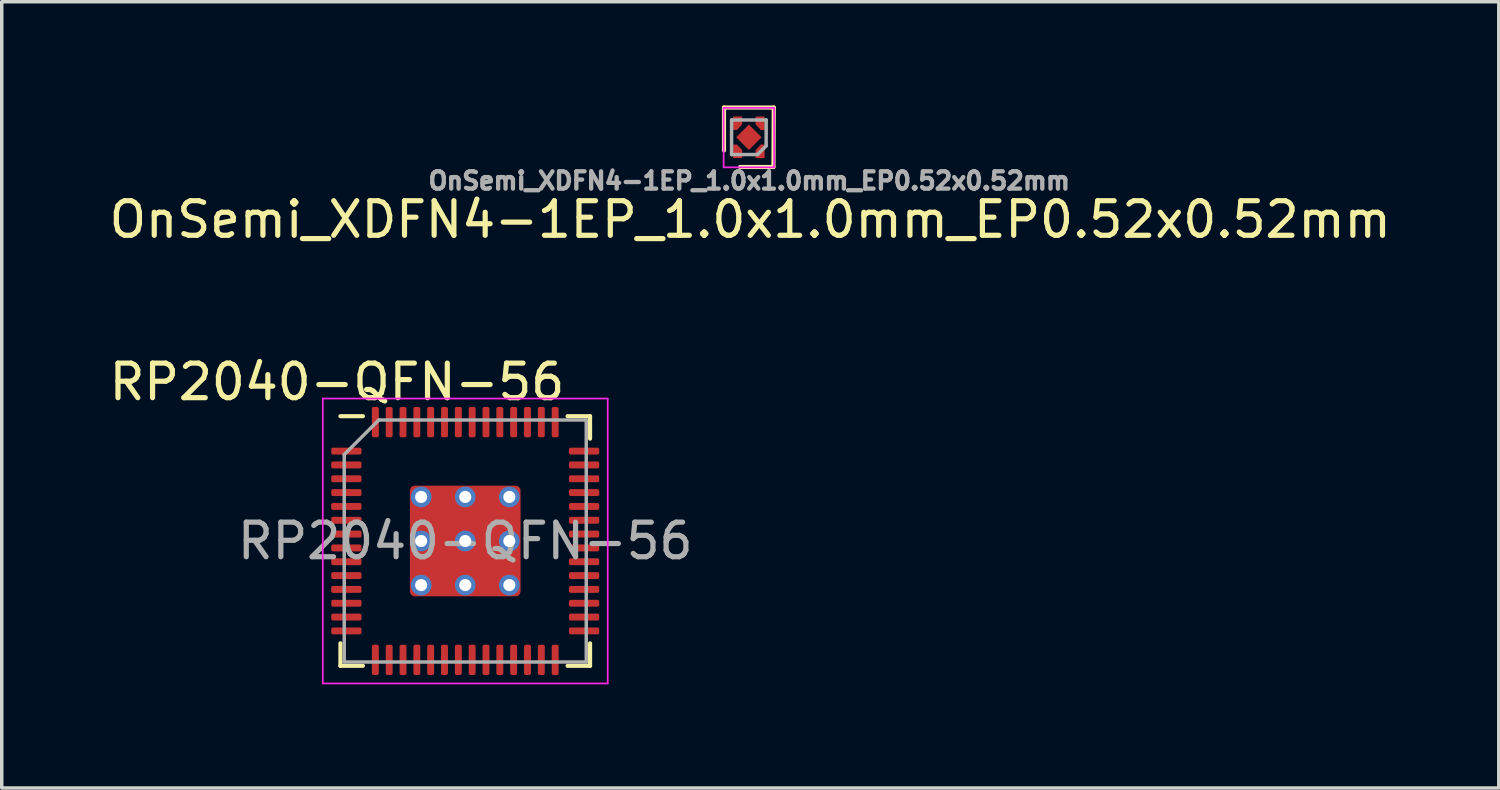
<source format=kicad_pcb>
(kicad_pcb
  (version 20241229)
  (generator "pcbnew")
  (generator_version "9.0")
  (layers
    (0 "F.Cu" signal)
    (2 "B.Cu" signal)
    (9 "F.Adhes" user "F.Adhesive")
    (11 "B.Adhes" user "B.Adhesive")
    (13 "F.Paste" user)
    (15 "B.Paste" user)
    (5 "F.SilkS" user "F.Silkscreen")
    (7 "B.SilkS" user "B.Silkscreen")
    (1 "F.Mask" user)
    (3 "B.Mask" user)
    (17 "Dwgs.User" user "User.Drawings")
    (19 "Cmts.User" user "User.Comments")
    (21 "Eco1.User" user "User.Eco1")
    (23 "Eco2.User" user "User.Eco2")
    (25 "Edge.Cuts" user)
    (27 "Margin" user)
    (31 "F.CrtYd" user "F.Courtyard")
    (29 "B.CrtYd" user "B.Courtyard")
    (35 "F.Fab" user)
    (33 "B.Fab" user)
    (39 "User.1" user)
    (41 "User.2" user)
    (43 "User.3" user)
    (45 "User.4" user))
  (footprint "RP2040-QFN-56"
    (layer "F.Cu")
    (at 10.406 12.597)
    (property "Reference" "RP2040-QFN-56" (at -3.71 -4.6 0) (layer "F.SilkS") (effects (font (size 1 1) (thickness 0.15))))
    (attr smd)
    (fp_line (start -3.61 3.61) (end -3.61 2.96) (stroke (width 0.12) (type solid)) (layer "F.SilkS"))
    (fp_line (start -2.96 -3.61) (end -3.61 -3.61) (stroke (width 0.12) (type solid)) (layer "F.SilkS"))
    (fp_line (start -2.96 3.61) (end -3.61 3.61) (stroke (width 0.12) (type solid)) (layer "F.SilkS"))
    (fp_line (start 2.96 -3.61) (end 3.61 -3.61) (stroke (width 0.12) (type solid)) (layer "F.SilkS"))
    (fp_line (start 2.96 3.61) (end 3.61 3.61) (stroke (width 0.12) (type solid)) (layer "F.SilkS"))
    (fp_line (start 3.61 -3.61) (end 3.61 -2.96) (stroke (width 0.12) (type solid)) (layer "F.SilkS"))
    (fp_line (start 3.61 3.61) (end 3.61 2.96) (stroke (width 0.12) (type solid)) (layer "F.SilkS"))
    (fp_line (start -4.12 -4.12) (end -4.12 4.12) (stroke (width 0.05) (type solid)) (layer "F.CrtYd"))
    (fp_line (start -4.12 4.12) (end 4.12 4.12) (stroke (width 0.05) (type solid)) (layer "F.CrtYd"))
    (fp_line (start 4.12 -4.12) (end -4.12 -4.12) (stroke (width 0.05) (type solid)) (layer "F.CrtYd"))
    (fp_line (start 4.12 4.12) (end 4.12 -4.12) (stroke (width 0.05) (type solid)) (layer "F.CrtYd"))
    (fp_line (start -3.5 -2.5) (end -2.5 -3.5) (stroke (width 0.1) (type solid)) (layer "F.Fab"))
    (fp_line (start -3.5 3.5) (end -3.5 -2.5) (stroke (width 0.1) (type solid)) (layer "F.Fab"))
    (fp_line (start -2.5 -3.5) (end 3.5 -3.5) (stroke (width 0.1) (type solid)) (layer "F.Fab"))
    (fp_line (start 3.5 -3.5) (end 3.5 3.5) (stroke (width 0.1) (type solid)) (layer "F.Fab"))
    (fp_line (start 3.5 3.5) (end -3.5 3.5) (stroke (width 0.1) (type solid)) (layer "F.Fab"))
    (fp_text user "${REFERENCE}" (at 0 0 0) (layer "F.Fab") (effects (font (size 1 1) (thickness 0.15))))
    (pad "" smd roundrect (at -0.637 -0.637) (size 1.084 1.084) (layers "F.Paste") (roundrect_rratio 0.231))
    (pad "" smd roundrect (at -0.637 0.637) (size 1.084 1.084) (layers "F.Paste") (roundrect_rratio 0.231))
    (pad "" smd roundrect (at 0.637 -0.637) (size 1.084 1.084) (layers "F.Paste") (roundrect_rratio 0.231))
    (pad "" smd roundrect (at 0.637 0.637) (size 1.084 1.084) (layers "F.Paste") (roundrect_rratio 0.231))
    (pad "1" smd roundrect (at -3.438 -2.6) (size 0.875 0.2) (layers "F.Cu" "F.Mask" "F.Paste") (roundrect_rratio 0.25))
    (pad "2" smd roundrect (at -3.438 -2.2) (size 0.875 0.2) (layers "F.Cu" "F.Mask" "F.Paste") (roundrect_rratio 0.25))
    (pad "3" smd roundrect (at -3.438 -1.8) (size 0.875 0.2) (layers "F.Cu" "F.Mask" "F.Paste") (roundrect_rratio 0.25))
    (pad "4" smd roundrect (at -3.438 -1.4) (size 0.875 0.2) (layers "F.Cu" "F.Mask" "F.Paste") (roundrect_rratio 0.25))
    (pad "5" smd roundrect (at -3.438 -1) (size 0.875 0.2) (layers "F.Cu" "F.Mask" "F.Paste") (roundrect_rratio 0.25))
    (pad "6" smd roundrect (at -3.438 -0.6) (size 0.875 0.2) (layers "F.Cu" "F.Mask" "F.Paste") (roundrect_rratio 0.25))
    (pad "7" smd roundrect (at -3.438 -0.2) (size 0.875 0.2) (layers "F.Cu" "F.Mask" "F.Paste") (roundrect_rratio 0.25))
    (pad "8" smd roundrect (at -3.438 0.2) (size 0.875 0.2) (layers "F.Cu" "F.Mask" "F.Paste") (roundrect_rratio 0.25))
    (pad "9" smd roundrect (at -3.438 0.6) (size 0.875 0.2) (layers "F.Cu" "F.Mask" "F.Paste") (roundrect_rratio 0.25))
    (pad "10" smd roundrect (at -3.438 1) (size 0.875 0.2) (layers "F.Cu" "F.Mask" "F.Paste") (roundrect_rratio 0.25))
    (pad "11" smd roundrect (at -3.438 1.4) (size 0.875 0.2) (layers "F.Cu" "F.Mask" "F.Paste") (roundrect_rratio 0.25))
    (pad "12" smd roundrect (at -3.438 1.8) (size 0.875 0.2) (layers "F.Cu" "F.Mask" "F.Paste") (roundrect_rratio 0.25))
    (pad "13" smd roundrect (at -3.438 2.2) (size 0.875 0.2) (layers "F.Cu" "F.Mask" "F.Paste") (roundrect_rratio 0.25))
    (pad "14" smd roundrect (at -3.438 2.6) (size 0.875 0.2) (layers "F.Cu" "F.Mask" "F.Paste") (roundrect_rratio 0.25))
    (pad "15" smd roundrect (at -2.6 3.438) (size 0.2 0.875) (layers "F.Cu" "F.Mask" "F.Paste") (roundrect_rratio 0.25))
    (pad "16" smd roundrect (at -2.2 3.438) (size 0.2 0.875) (layers "F.Cu" "F.Mask" "F.Paste") (roundrect_rratio 0.25))
    (pad "17" smd roundrect (at -1.8 3.438) (size 0.2 0.875) (layers "F.Cu" "F.Mask" "F.Paste") (roundrect_rratio 0.25))
    (pad "18" smd roundrect (at -1.4 3.438) (size 0.2 0.875) (layers "F.Cu" "F.Mask" "F.Paste") (roundrect_rratio 0.25))
    (pad "19" smd roundrect (at -1 3.438) (size 0.2 0.875) (layers "F.Cu" "F.Mask" "F.Paste") (roundrect_rratio 0.25))
    (pad "20" smd roundrect (at -0.6 3.438) (size 0.2 0.875) (layers "F.Cu" "F.Mask" "F.Paste") (roundrect_rratio 0.25))
    (pad "21" smd roundrect (at -0.2 3.438) (size 0.2 0.875) (layers "F.Cu" "F.Mask" "F.Paste") (roundrect_rratio 0.25))
    (pad "22" smd roundrect (at 0.2 3.438) (size 0.2 0.875) (layers "F.Cu" "F.Mask" "F.Paste") (roundrect_rratio 0.25))
    (pad "23" smd roundrect (at 0.6 3.438) (size 0.2 0.875) (layers "F.Cu" "F.Mask" "F.Paste") (roundrect_rratio 0.25))
    (pad "24" smd roundrect (at 1 3.438) (size 0.2 0.875) (layers "F.Cu" "F.Mask" "F.Paste") (roundrect_rratio 0.25))
    (pad "25" smd roundrect (at 1.4 3.438) (size 0.2 0.875) (layers "F.Cu" "F.Mask" "F.Paste") (roundrect_rratio 0.25))
    (pad "26" smd roundrect (at 1.8 3.438) (size 0.2 0.875) (layers "F.Cu" "F.Mask" "F.Paste") (roundrect_rratio 0.25))
    (pad "27" smd roundrect (at 2.2 3.438) (size 0.2 0.875) (layers "F.Cu" "F.Mask" "F.Paste") (roundrect_rratio 0.25))
    (pad "28" smd roundrect (at 2.6 3.438) (size 0.2 0.875) (layers "F.Cu" "F.Mask" "F.Paste") (roundrect_rratio 0.25))
    (pad "29" smd roundrect (at 3.438 2.6) (size 0.875 0.2) (layers "F.Cu" "F.Mask" "F.Paste") (roundrect_rratio 0.25))
    (pad "30" smd roundrect (at 3.438 2.2) (size 0.875 0.2) (layers "F.Cu" "F.Mask" "F.Paste") (roundrect_rratio 0.25))
    (pad "31" smd roundrect (at 3.438 1.8) (size 0.875 0.2) (layers "F.Cu" "F.Mask" "F.Paste") (roundrect_rratio 0.25))
    (pad "32" smd roundrect (at 3.438 1.4) (size 0.875 0.2) (layers "F.Cu" "F.Mask" "F.Paste") (roundrect_rratio 0.25))
    (pad "33" smd roundrect (at 3.438 1) (size 0.875 0.2) (layers "F.Cu" "F.Mask" "F.Paste") (roundrect_rratio 0.25))
    (pad "34" smd roundrect (at 3.438 0.6) (size 0.875 0.2) (layers "F.Cu" "F.Mask" "F.Paste") (roundrect_rratio 0.25))
    (pad "35" smd roundrect (at 3.438 0.2) (size 0.875 0.2) (layers "F.Cu" "F.Mask" "F.Paste") (roundrect_rratio 0.25))
    (pad "36" smd roundrect (at 3.438 -0.2) (size 0.875 0.2) (layers "F.Cu" "F.Mask" "F.Paste") (roundrect_rratio 0.25))
    (pad "37" smd roundrect (at 3.438 -0.6) (size 0.875 0.2) (layers "F.Cu" "F.Mask" "F.Paste") (roundrect_rratio 0.25))
    (pad "38" smd roundrect (at 3.438 -1) (size 0.875 0.2) (layers "F.Cu" "F.Mask" "F.Paste") (roundrect_rratio 0.25))
    (pad "39" smd roundrect (at 3.438 -1.4) (size 0.875 0.2) (layers "F.Cu" "F.Mask" "F.Paste") (roundrect_rratio 0.25))
    (pad "40" smd roundrect (at 3.438 -1.8) (size 0.875 0.2) (layers "F.Cu" "F.Mask" "F.Paste") (roundrect_rratio 0.25))
    (pad "41" smd roundrect (at 3.438 -2.2) (size 0.875 0.2) (layers "F.Cu" "F.Mask" "F.Paste") (roundrect_rratio 0.25))
    (pad "42" smd roundrect (at 3.438 -2.6) (size 0.875 0.2) (layers "F.Cu" "F.Mask" "F.Paste") (roundrect_rratio 0.25))
    (pad "43" smd roundrect (at 2.6 -3.438) (size 0.2 0.875) (layers "F.Cu" "F.Mask" "F.Paste") (roundrect_rratio 0.25))
    (pad "44" smd roundrect (at 2.2 -3.438) (size 0.2 0.875) (layers "F.Cu" "F.Mask" "F.Paste") (roundrect_rratio 0.25))
    (pad "45" smd roundrect (at 1.8 -3.438) (size 0.2 0.875) (layers "F.Cu" "F.Mask" "F.Paste") (roundrect_rratio 0.25))
    (pad "46" smd roundrect (at 1.4 -3.438) (size 0.2 0.875) (layers "F.Cu" "F.Mask" "F.Paste") (roundrect_rratio 0.25))
    (pad "47" smd roundrect (at 1 -3.438) (size 0.2 0.875) (layers "F.Cu" "F.Mask" "F.Paste") (roundrect_rratio 0.25))
    (pad "48" smd roundrect (at 0.6 -3.438) (size 0.2 0.875) (layers "F.Cu" "F.Mask" "F.Paste") (roundrect_rratio 0.25))
    (pad "49" smd roundrect (at 0.2 -3.438) (size 0.2 0.875) (layers "F.Cu" "F.Mask" "F.Paste") (roundrect_rratio 0.25))
    (pad "50" smd roundrect (at -0.2 -3.438) (size 0.2 0.875) (layers "F.Cu" "F.Mask" "F.Paste") (roundrect_rratio 0.25))
    (pad "51" smd roundrect (at -0.6 -3.438) (size 0.2 0.875) (layers "F.Cu" "F.Mask" "F.Paste") (roundrect_rratio 0.25))
    (pad "52" smd roundrect (at -1 -3.438) (size 0.2 0.875) (layers "F.Cu" "F.Mask" "F.Paste") (roundrect_rratio 0.25))
    (pad "53" smd roundrect (at -1.4 -3.438) (size 0.2 0.875) (layers "F.Cu" "F.Mask" "F.Paste") (roundrect_rratio 0.25))
    (pad "54" smd roundrect (at -1.8 -3.438) (size 0.2 0.875) (layers "F.Cu" "F.Mask" "F.Paste") (roundrect_rratio 0.25))
    (pad "55" smd roundrect (at -2.2 -3.438) (size 0.2 0.875) (layers "F.Cu" "F.Mask" "F.Paste") (roundrect_rratio 0.25))
    (pad "56" smd roundrect (at -2.6 -3.438) (size 0.2 0.875) (layers "F.Cu" "F.Mask" "F.Paste") (roundrect_rratio 0.25))
    (pad "57" thru_hole circle (at -1.275 -1.275) (size 0.6 0.6) (drill 0.35) (layers "*.Cu"))
    (pad "57" thru_hole circle (at -1.275 0) (size 0.6 0.6) (drill 0.35) (layers "*.Cu"))
    (pad "57" thru_hole circle (at -1.275 1.275) (size 0.6 0.6) (drill 0.35) (layers "*.Cu"))
    (pad "57" thru_hole circle (at 0 -1.275) (size 0.6 0.6) (drill 0.35) (layers "*.Cu"))
    (pad "57" thru_hole circle (at 0 0) (size 0.6 0.6) (drill 0.35) (layers "*.Cu"))
    (pad "57" smd roundrect (at 0 0) (size 3.2 3.2) (layers "F.Cu" "F.Mask") (roundrect_rratio 0.045))
    (pad "57" thru_hole circle (at 0 1.275) (size 0.6 0.6) (drill 0.35) (layers "*.Cu"))
    (pad "57" thru_hole circle (at 1.275 -1.275) (size 0.6 0.6) (drill 0.35) (layers "*.Cu"))
    (pad "57" thru_hole circle (at 1.275 0) (size 0.6 0.6) (drill 0.35) (layers "*.Cu"))
    (pad "57" thru_hole circle (at 1.275 1.275) (size 0.6 0.6) (drill 0.35) (layers "*.Cu")))
  (footprint "OnSemi_XDFN4-1EP_1.0x1.0mm_EP0.52x0.52mm"
    (layer "F.Cu")
    (at 18.609 0.92)
    (property "Reference" "OnSemi_XDFN4-1EP_1.0x1.0mm_EP0.52x0.52mm" (at 0.04 2.38 0) (layer "F.SilkS") (effects (font (size 1 1) (thickness 0.15))))
    (attr smd)
    (fp_line (start -0.72 -0.86) (end -0.72 0.381) (stroke (width 0.12) (type solid)) (layer "F.SilkS"))
    (fp_line (start -0.254 0.86) (end 0.711 0.86) (stroke (width 0.12) (type solid)) (layer "F.SilkS"))
    (fp_line (start 0.711 0.86) (end 0.72 -0.86) (stroke (width 0.12) (type solid)) (layer "F.SilkS"))
    (fp_line (start 0.72 -0.86) (end -0.72 -0.86) (stroke (width 0.12) (type solid)) (layer "F.SilkS"))
    (fp_line (start -0.73 -0.85) (end 0.73 -0.85) (stroke (width 0.05) (type solid)) (layer "F.CrtYd"))
    (fp_line (start -0.73 0.87) (end -0.73 -0.85) (stroke (width 0.05) (type solid)) (layer "F.CrtYd"))
    (fp_line (start 0.73 -0.85) (end 0.73 0.87) (stroke (width 0.05) (type solid)) (layer "F.CrtYd"))
    (fp_line (start 0.73 0.87) (end -0.73 0.87) (stroke (width 0.05) (type solid)) (layer "F.CrtYd"))
    (fp_line (start -0.5 -0.5) (end 0.5 -0.5) (stroke (width 0.1) (type solid)) (layer "F.Fab"))
    (fp_line (start -0.5 0.5) (end -0.5 -0.5) (stroke (width 0.1) (type solid)) (layer "F.Fab"))
    (fp_line (start 0.25 0.5) (end -0.5 0.5) (stroke (width 0.1) (type solid)) (layer "F.Fab"))
    (fp_line (start 0.5 -0.5) (end 0.5 0.25) (stroke (width 0.1) (type solid)) (layer "F.Fab"))
    (fp_line (start 0.5 0.25) (end 0.25 0.5) (stroke (width 0.1) (type solid)) (layer "F.Fab"))
    (fp_text user "${REFERENCE}" (at 0.01 1.26 0) (layer "F.Fab") (effects (font (size 0.5 0.5) (thickness 0.125))))
    (pad "1" smd custom (at -0.325 0.485) (size 0.26 0.23) (layers "F.Cu" "F.Mask" "F.Paste") (options (anchor rect)) (primitives (gr_poly (pts (xy 0.13 -0.115) (xy -0.13 -0.115) (xy -0.13 -0.275) (xy -0.02 -0.275)) (width 0) (fill yes))))
    (pad "2" smd custom (at 0.325 0.485) (size 0.26 0.23) (layers "F.Cu" "F.Mask" "F.Paste") (options (anchor rect)) (primitives (gr_poly (pts (xy 0.13 -0.115) (xy -0.13 -0.115) (xy 0.02 -0.275) (xy 0.13 -0.275)) (width 0) (fill yes))))
    (pad "3" smd custom (at 0.325 -0.485 180) (size 0.26 0.23) (layers "F.Cu" "F.Mask" "F.Paste") (options (anchor rect)) (primitives (gr_poly (pts (xy 0.13 -0.115) (xy -0.13 -0.115) (xy -0.13 -0.275) (xy -0.02 -0.275)) (width 0) (fill yes))))
    (pad "4" smd custom (at -0.325 -0.485 180) (size 0.26 0.23) (layers "F.Cu" "F.Mask" "F.Paste") (options (anchor rect)) (primitives (gr_poly (pts (xy 0.13 -0.115) (xy -0.13 -0.115) (xy 0.02 -0.275) (xy 0.13 -0.275)) (width 0) (fill yes))))
    (pad "5" smd rect (at 0 0 225) (size 0.52 0.52) (layers "F.Cu" "F.Mask" "F.Paste")))
  (gr_rect
    (start -3 -3)
    (end 40.298 19.741)
    (stroke (width 0.1) (type default))
    (fill no)
    (layer "Edge.Cuts")))
</source>
